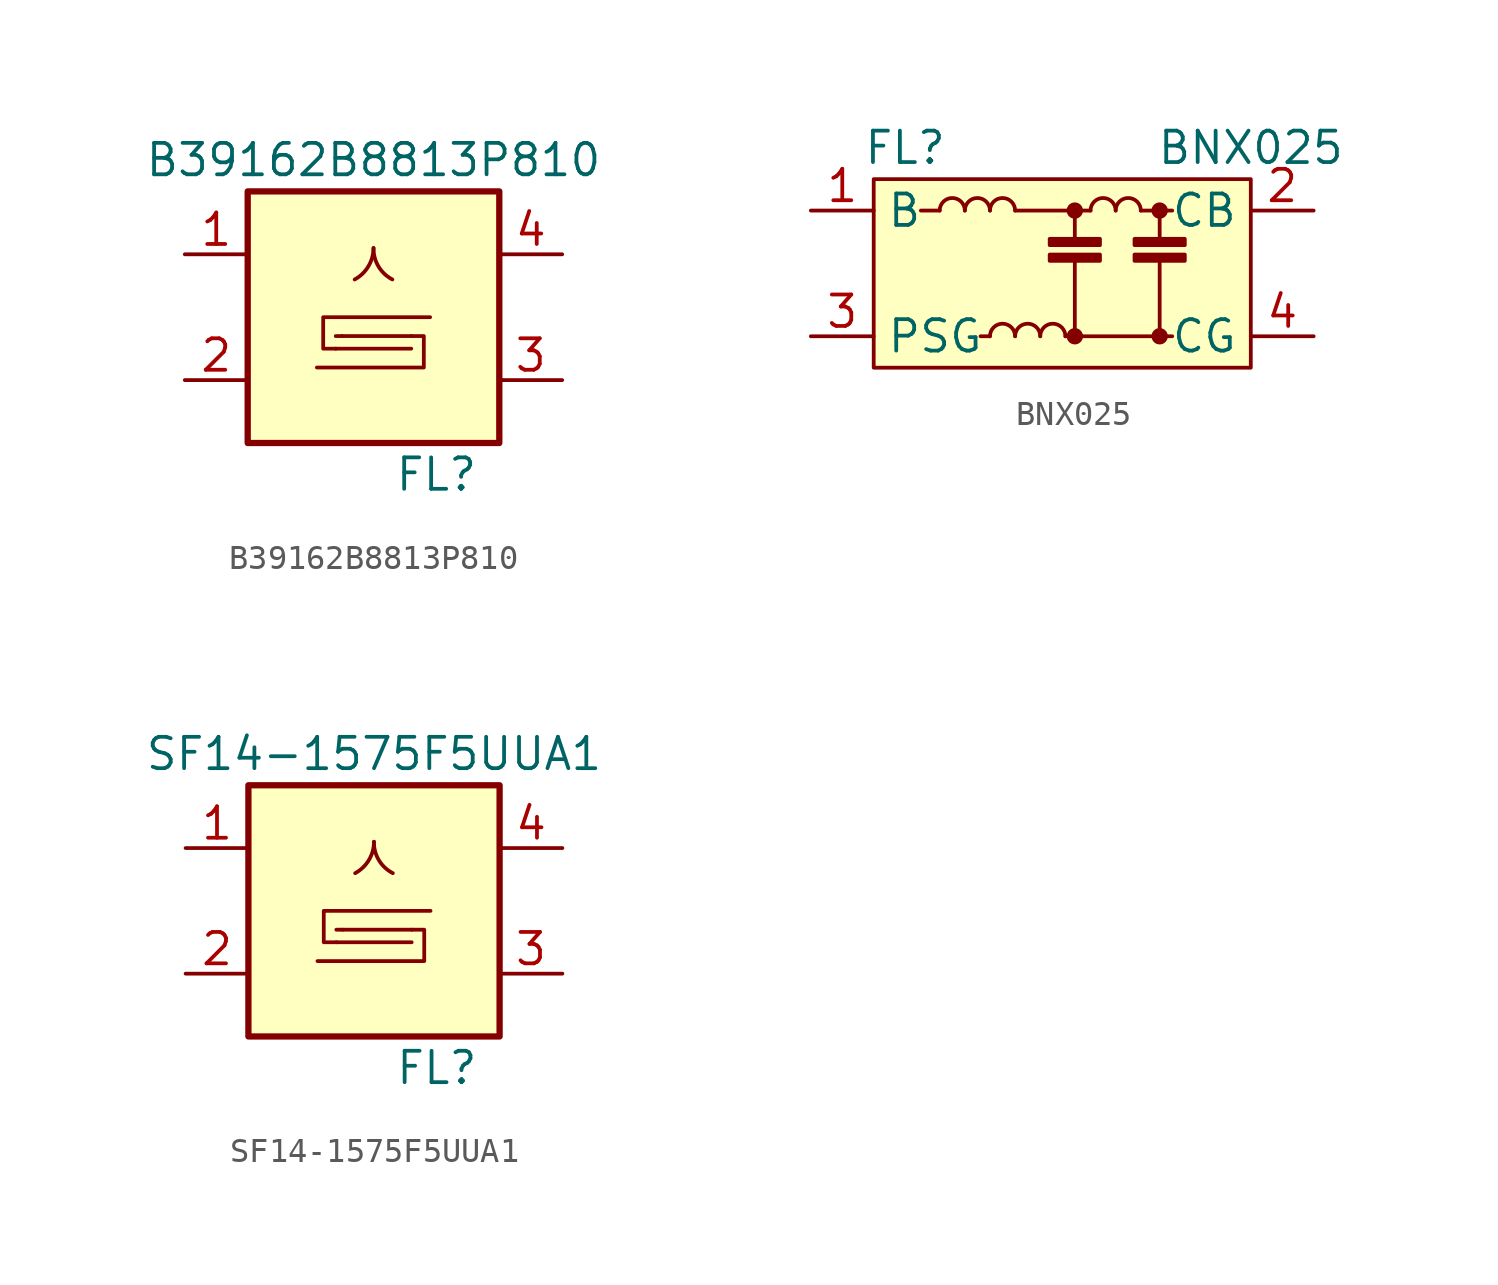
<source format=kicad_sym>
(kicad_symbol_lib
  (version 20201005)
  (generator kicad_symbol_editor)
  (symbol "B39162B8813P810"
    (pin_names
      (offset 1.016))
    (property "Reference" "FL"
      (at 2.54 -6.35 0)
      (effects (font (size 1.27 1.27))))
    (property "Value" "B39162B8813P810"
      (at 0 6.35 0)
      (effects (font (size 1.27 1.27))))
    (symbol "B39162B8813P810_0_1"
      (arc (start -0.762 1.524) (end 0 2.794) (radius (at -1.4224 2.794) (length 1.4224) (angles -62.5 0)) (stroke (width 0)) (fill (type none)))
      (arc (start 0 2.794) (end 0.762 1.524) (radius (at 1.4224 2.794) (length 1.4224) (angles 180 -117.5)) (stroke (width 0)) (fill (type none)))
      (rectangle (start -5.08 5.08) (end 5.08 -5.08) (stroke (width 0.254)) (fill (type background)))
      (polyline (pts (xy -1.524 -0.762) (xy -1.27 -0.762)) (stroke (width 0)) (fill (type none)))
      (polyline (pts (xy 1.524 -1.27) (xy -1.524 -1.27)) (stroke (width 0)) (fill (type none)))
      (polyline (pts (xy 1.524 -0.762) (xy -1.27 -0.762)) (stroke (width 0)) (fill (type none)))
      (polyline (pts (xy -1.524 -1.27) (xy -2.032 -1.27) (xy -2.032 0) (xy 2.286 0)) (stroke (width 0)) (fill (type none)))
      (polyline (pts (xy 1.524 -0.762) (xy 2.032 -0.762) (xy 2.032 -2.032) (xy -2.286 -2.032)) (stroke (width 0)) (fill (type none))))
    (symbol "B39162B8813P810_1_1"
      (pin passive line (at -7.62 2.54 0) (length 2.54) (name "~" (effects (font (size 1.27 1.27)))) (number "1" (effects (font (size 1.27 1.27)))))
      (pin passive line (at -7.62 -2.54 0) (length 2.54) (name "~" (effects (font (size 1.27 1.27)))) (number "2" (effects (font (size 1.27 1.27)))))
      (pin passive line (at 7.62 -2.54 180) (length 2.54) (name "~" (effects (font (size 1.27 1.27)))) (number "3" (effects (font (size 1.27 1.27)))))
      (pin passive line (at 7.62 2.54 180) (length 2.54) (name "~" (effects (font (size 1.27 1.27)))) (number "4" (effects (font (size 1.27 1.27)))))
      (pin passive line (at -7.62 -2.54 0) (length 2.54) hide (name "~" (effects (font (size 1.27 1.27)))) (number "5" (effects (font (size 1.27 1.27)))))))
  (symbol "BNX025"
    (property "Reference" "FL"
      (at -6.35 5.08 0)
      (effects (font (size 1.27 1.27))))
    (property "Value" "BNX025"
      (at 7.62 5.08 0)
      (effects (font (size 1.27 1.27))))
    (symbol "BNX025_0_1"
      (arc (start -1.905 -2.54) (end -2.921 -2.54) (radius (at -2.413 -2.54) (length 0.508) (angles 0.1 179.9)) (stroke (width 0)) (fill (type none)))
      (arc (start -0.889 -2.54) (end -1.905 -2.54) (radius (at -1.397 -2.54) (length 0.508) (angles 0.1 179.9)) (stroke (width 0)) (fill (type none)))
      (arc (start 0.127 -2.54) (end -0.889 -2.54) (radius (at -0.381 -2.54) (length 0.508) (angles 0.1 179.9)) (stroke (width 0)) (fill (type none)))
      (arc (start 2.159 2.54) (end 1.143 2.54) (radius (at 1.651 2.54) (length 0.508) (angles 0.1 179.9)) (stroke (width 0)) (fill (type none)))
      (arc (start 3.175 2.54) (end 2.159 2.54) (radius (at 2.667 2.54) (length 0.508) (angles 0.1 179.9)) (stroke (width 0)) (fill (type none)))
      (circle (center 0.508 2.54) (radius 0.254) (stroke (width 0)) (fill (type outline)))
      (rectangle (start -7.62 3.81) (end 7.62 -3.81) (stroke (width 0)) (fill (type background)))
      (rectangle (start -0.508 0.508) (end 1.524 0.762) (stroke (width 0)) (fill (type outline)))
      (rectangle (start 1.524 1.143) (end -0.508 1.397) (stroke (width 0)) (fill (type outline)))
      (polyline (pts (xy -4.953 2.54) (xy -5.715 2.54)) (stroke (width 0)) (fill (type none)))
      (polyline (pts (xy -3.302 -2.54) (xy -2.921 -2.54)) (stroke (width 0)) (fill (type none)))
      (polyline (pts (xy 0.127 -2.54) (xy 0.508 -2.54)) (stroke (width 0)) (fill (type none)))
      (polyline (pts (xy 0.381 2.54) (xy -1.905 2.54)) (stroke (width 0)) (fill (type none)))
      (polyline (pts (xy 0.508 -2.54) (xy 0.508 0.508)) (stroke (width 0)) (fill (type none)))
      (polyline (pts (xy 0.508 2.54) (xy 0.508 1.27)) (stroke (width 0)) (fill (type none)))
      (polyline (pts (xy 1.143 2.54) (xy 0.508 2.54)) (stroke (width 0)) (fill (type none)))
      (polyline (pts (xy 3.175 2.54) (xy 3.937 2.54)) (stroke (width 0)) (fill (type none)))
      (polyline (pts (xy 3.937 -2.54) (xy 0.508 -2.54)) (stroke (width 0)) (fill (type none)))
      (polyline (pts (xy 3.937 -2.54) (xy 3.937 0.508)) (stroke (width 0)) (fill (type none)))
      (polyline (pts (xy 3.937 -2.54) (xy 4.445 -2.54)) (stroke (width 0)) (fill (type none)))
      (polyline (pts (xy 3.937 2.54) (xy 3.937 1.27)) (stroke (width 0)) (fill (type none)))
      (polyline (pts (xy 3.937 2.54) (xy 4.445 2.54)) (stroke (width 0)) (fill (type none))))
    (symbol "BNX025_1_1"
      (arc (start -3.937 2.54) (end -4.953 2.54) (radius (at -4.445 2.54) (length 0.508) (angles 0.1 179.9)) (stroke (width 0)) (fill (type none)))
      (arc (start -2.921 2.54) (end -3.937 2.54) (radius (at -3.429 2.54) (length 0.508) (angles 0.1 179.9)) (stroke (width 0)) (fill (type none)))
      (arc (start -1.905 2.54) (end -2.921 2.54) (radius (at -2.413 2.54) (length 0.508) (angles 0.1 179.9)) (stroke (width 0)) (fill (type none)))
      (circle (center 0.508 -2.54) (radius 0.254) (stroke (width 0)) (fill (type outline)))
      (circle (center 3.937 -2.54) (radius 0.254) (stroke (width 0)) (fill (type outline)))
      (circle (center 3.937 2.54) (radius 0.254) (stroke (width 0)) (fill (type outline)))
      (rectangle (start 2.921 0.508) (end 4.953 0.762) (stroke (width 0)) (fill (type outline)))
      (rectangle (start 4.953 1.143) (end 2.921 1.397) (stroke (width 0)) (fill (type outline)))
      (pin passive line (at -10.16 2.54 0) (length 2.54) (name "B" (effects (font (size 1.27 1.27)))) (number "1" (effects (font (size 1.27 1.27)))))
      (pin passive line (at 10.16 2.54 180) (length 2.54) (name "CB" (effects (font (size 1.27 1.27)))) (number "2" (effects (font (size 1.27 1.27)))))
      (pin passive line (at -10.16 -2.54 0) (length 2.54) (name "PSG" (effects (font (size 1.27 1.27)))) (number "3" (effects (font (size 1.27 1.27)))))
      (pin passive line (at 10.16 -2.54 180) (length 2.54) (name "CG" (effects (font (size 1.27 1.27)))) (number "4" (effects (font (size 1.27 1.27)))))))
  (symbol "SF14-1575F5UUA1"
    (pin_names
      (offset 1.016))
    (property "Reference" "FL"
      (at 2.54 -6.35 0)
      (effects (font (size 1.27 1.27))))
    (property "Value" "SF14-1575F5UUA1"
      (at 0 6.35 0)
      (effects (font (size 1.27 1.27))))
    (symbol "SF14-1575F5UUA1_0_1"
      (arc (start -0.762 1.524) (end 0 2.794) (radius (at -1.4224 2.794) (length 1.4224) (angles -62.5 0)) (stroke (width 0)) (fill (type none)))
      (arc (start 0 2.794) (end 0.762 1.524) (radius (at 1.4224 2.794) (length 1.4224) (angles 180 -117.5)) (stroke (width 0)) (fill (type none)))
      (rectangle (start -5.08 5.08) (end 5.08 -5.08) (stroke (width 0.254)) (fill (type background)))
      (polyline (pts (xy -1.524 -0.762) (xy -1.27 -0.762)) (stroke (width 0)) (fill (type none)))
      (polyline (pts (xy 1.524 -1.27) (xy -1.524 -1.27)) (stroke (width 0)) (fill (type none)))
      (polyline (pts (xy 1.524 -0.762) (xy -1.27 -0.762)) (stroke (width 0)) (fill (type none)))
      (polyline (pts (xy -1.524 -1.27) (xy -2.032 -1.27) (xy -2.032 0) (xy 2.286 0)) (stroke (width 0)) (fill (type none)))
      (polyline (pts (xy 1.524 -0.762) (xy 2.032 -0.762) (xy 2.032 -2.032) (xy -2.286 -2.032)) (stroke (width 0)) (fill (type none))))
    (symbol "SF14-1575F5UUA1_1_1"
      (pin passive line (at -7.62 2.54 0) (length 2.54) (name "~" (effects (font (size 1.27 1.27)))) (number "1" (effects (font (size 1.27 1.27)))))
      (pin passive line (at -7.62 -2.54 0) (length 2.54) (name "~" (effects (font (size 1.27 1.27)))) (number "2" (effects (font (size 1.27 1.27)))))
      (pin passive line (at 7.62 -2.54 180) (length 2.54) (name "~" (effects (font (size 1.27 1.27)))) (number "3" (effects (font (size 1.27 1.27)))))
      (pin passive line (at 7.62 2.54 180) (length 2.54) (name "~" (effects (font (size 1.27 1.27)))) (number "4" (effects (font (size 1.27 1.27)))))
      (pin passive line (at -7.62 -2.54 0) (length 2.54) hide (name "~" (effects (font (size 1.27 1.27)))) (number "5" (effects (font (size 1.27 1.27))))))))
</source>
